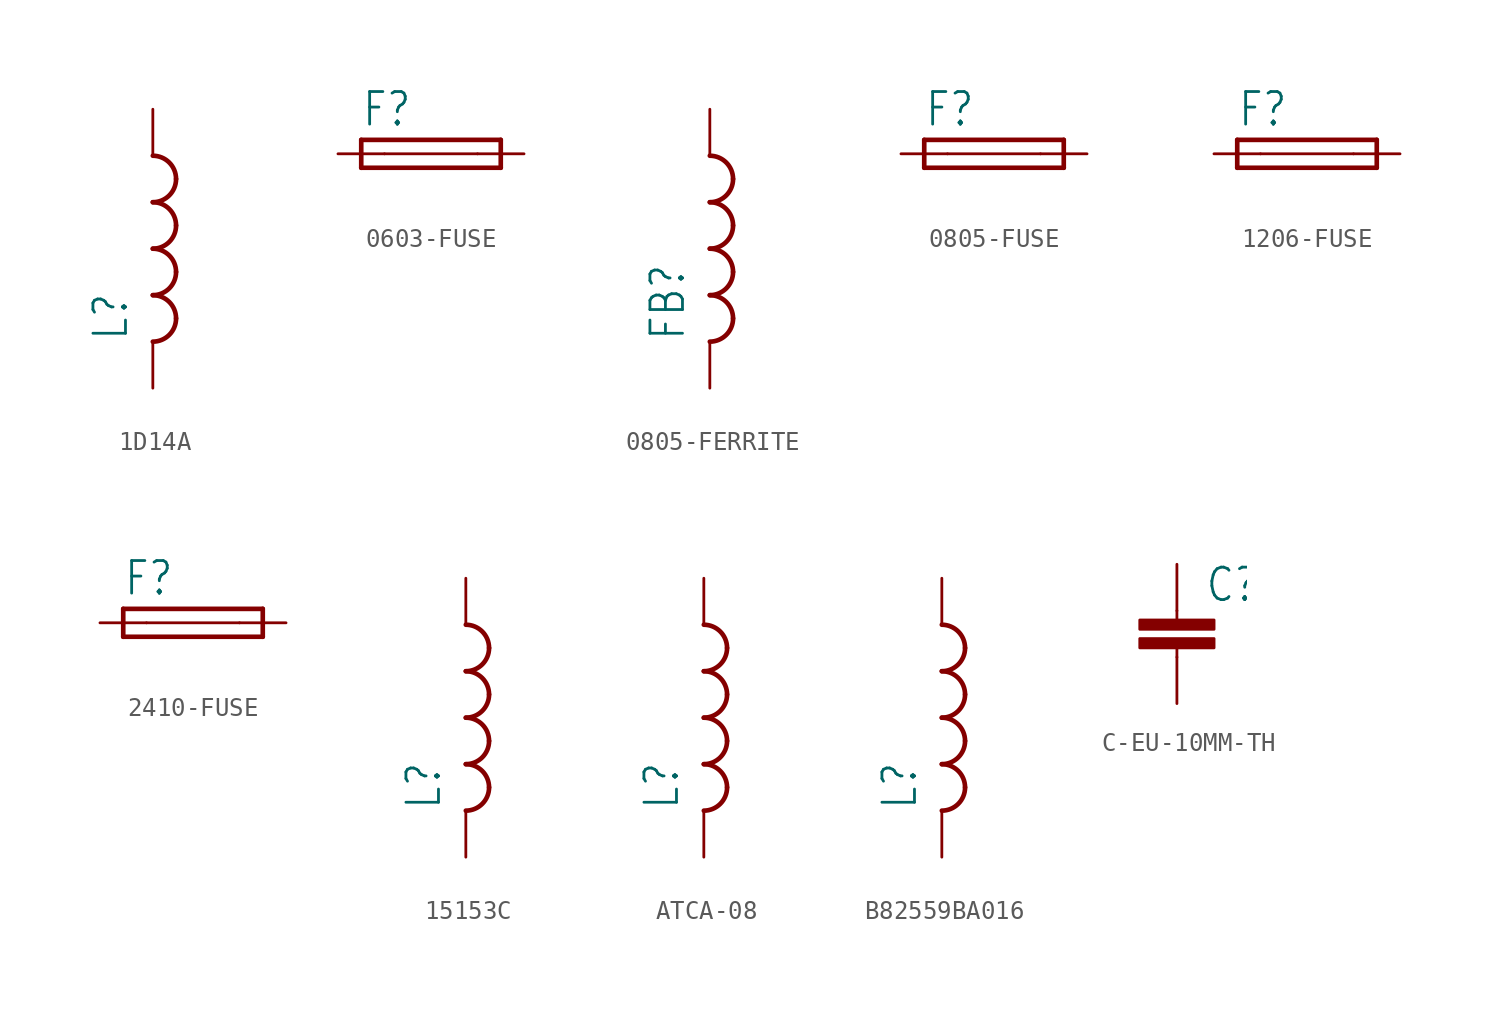
<source format=kicad_sym>
(kicad_symbol_lib
  (version 20231120)
  (generator "kicad_symbol_editor")
  (generator_version "8.0")
  (symbol "1D14A"
    (property "Reference" "L"
      (at -1.27 -5.08 90)
      (effects (font (size 1.778 1.511)) (justify left bottom)))
    (property "Value" ""
      (at 3.81 -5.08 90)
      (effects (font (size 1.778 1.511)) (justify left bottom)))
    (property "ki_locked" ""
      (at 0 0 0)
      (effects (font (size 1.27 1.27))))
    (symbol "1D14A_1_0"
      (arc (start 0 -5.08) (mid 0.898 -4.708) (end 1.27 -3.81) (stroke (width 0.254) (type solid)) (fill (type none)))
      (arc (start 0 -2.54) (mid 0.898 -2.168) (end 1.27 -1.27) (stroke (width 0.254) (type solid)) (fill (type none)))
      (arc (start 0 0) (mid 0.898 0.372) (end 1.27 1.27) (stroke (width 0.254) (type solid)) (fill (type none)))
      (arc (start 0 2.54) (mid 0.898 2.912) (end 1.27 3.81) (stroke (width 0.254) (type solid)) (fill (type none)))
      (arc (start 1.27 -3.81) (mid 0.898 -2.912) (end 0 -2.54) (stroke (width 0.254) (type solid)) (fill (type none)))
      (arc (start 1.27 -1.27) (mid 0.898 -0.372) (end 0 0) (stroke (width 0.254) (type solid)) (fill (type none)))
      (arc (start 1.27 1.27) (mid 0.898 2.168) (end 0 2.54) (stroke (width 0.254) (type solid)) (fill (type none)))
      (arc (start 1.27 3.81) (mid 0.898 4.708) (end 0 5.08) (stroke (width 0.254) (type solid)) (fill (type none)))
      (pin passive line (at 0 7.62 270) (length 2.54) (name "1" (effects (font (size 0 0)))) (number "1" (effects (font (size 0 0)))))
      (pin passive line (at 0 -7.62 90) (length 2.54) (name "2" (effects (font (size 0 0)))) (number "2" (effects (font (size 0 0)))))))
  (symbol "0603-FUSE"
    (property "Reference" "F"
      (at -3.81 1.397 0)
      (effects (font (size 1.778 1.511)) (justify left bottom)))
    (property "Value" ""
      (at -3.81 -2.921 0)
      (effects (font (size 1.778 1.511)) (justify left bottom)))
    (property "ki_locked" ""
      (at 0 0 0)
      (effects (font (size 1.27 1.27))))
    (symbol "0603-FUSE_1_0"
      (polyline (pts (xy -3.81 -0.762) (xy 3.81 -0.762)) (stroke (width 0.254) (type solid)) (fill (type none)))
      (polyline (pts (xy -3.81 0.762) (xy -3.81 -0.762)) (stroke (width 0.254) (type solid)) (fill (type none)))
      (polyline (pts (xy -2.54 0) (xy 2.54 0)) (stroke (width 0.152) (type solid)) (fill (type none)))
      (polyline (pts (xy 3.81 -0.762) (xy 3.81 0.762)) (stroke (width 0.254) (type solid)) (fill (type none)))
      (polyline (pts (xy 3.81 0.762) (xy -3.81 0.762)) (stroke (width 0.254) (type solid)) (fill (type none)))
      (pin passive line (at -5.08 0 0) (length 2.54) (name "1" (effects (font (size 0 0)))) (number "1" (effects (font (size 0 0)))))
      (pin passive line (at 5.08 0 180) (length 2.54) (name "2" (effects (font (size 0 0)))) (number "2" (effects (font (size 0 0)))))))
  (symbol "0805-FERRITE"
    (property "Reference" "FB"
      (at -1.27 -5.08 90)
      (effects (font (size 1.778 1.511)) (justify left bottom)))
    (property "Value" ""
      (at 3.81 -5.08 90)
      (effects (font (size 1.778 1.511)) (justify left bottom)))
    (property "ki_locked" ""
      (at 0 0 0)
      (effects (font (size 1.27 1.27))))
    (symbol "0805-FERRITE_1_0"
      (arc (start 0 -5.08) (mid 0.898 -4.708) (end 1.27 -3.81) (stroke (width 0.254) (type solid)) (fill (type none)))
      (arc (start 0 -2.54) (mid 0.898 -2.168) (end 1.27 -1.27) (stroke (width 0.254) (type solid)) (fill (type none)))
      (arc (start 0 0) (mid 0.898 0.372) (end 1.27 1.27) (stroke (width 0.254) (type solid)) (fill (type none)))
      (arc (start 0 2.54) (mid 0.898 2.912) (end 1.27 3.81) (stroke (width 0.254) (type solid)) (fill (type none)))
      (arc (start 1.27 -3.81) (mid 0.898 -2.912) (end 0 -2.54) (stroke (width 0.254) (type solid)) (fill (type none)))
      (arc (start 1.27 -1.27) (mid 0.898 -0.372) (end 0 0) (stroke (width 0.254) (type solid)) (fill (type none)))
      (arc (start 1.27 1.27) (mid 0.898 2.168) (end 0 2.54) (stroke (width 0.254) (type solid)) (fill (type none)))
      (arc (start 1.27 3.81) (mid 0.898 4.708) (end 0 5.08) (stroke (width 0.254) (type solid)) (fill (type none)))
      (pin passive line (at 0 7.62 270) (length 2.54) (name "1" (effects (font (size 0 0)))) (number "1" (effects (font (size 0 0)))))
      (pin passive line (at 0 -7.62 90) (length 2.54) (name "2" (effects (font (size 0 0)))) (number "2" (effects (font (size 0 0)))))))
  (symbol "0805-FUSE"
    (property "Reference" "F"
      (at -3.81 1.397 0)
      (effects (font (size 1.778 1.511)) (justify left bottom)))
    (property "Value" ""
      (at -3.81 -2.921 0)
      (effects (font (size 1.778 1.511)) (justify left bottom)))
    (property "ki_locked" ""
      (at 0 0 0)
      (effects (font (size 1.27 1.27))))
    (symbol "0805-FUSE_1_0"
      (polyline (pts (xy -3.81 -0.762) (xy 3.81 -0.762)) (stroke (width 0.254) (type solid)) (fill (type none)))
      (polyline (pts (xy -3.81 0.762) (xy -3.81 -0.762)) (stroke (width 0.254) (type solid)) (fill (type none)))
      (polyline (pts (xy -2.54 0) (xy 2.54 0)) (stroke (width 0.152) (type solid)) (fill (type none)))
      (polyline (pts (xy 3.81 -0.762) (xy 3.81 0.762)) (stroke (width 0.254) (type solid)) (fill (type none)))
      (polyline (pts (xy 3.81 0.762) (xy -3.81 0.762)) (stroke (width 0.254) (type solid)) (fill (type none)))
      (pin passive line (at -5.08 0 0) (length 2.54) (name "1" (effects (font (size 0 0)))) (number "1" (effects (font (size 0 0)))))
      (pin passive line (at 5.08 0 180) (length 2.54) (name "2" (effects (font (size 0 0)))) (number "2" (effects (font (size 0 0)))))))
  (symbol "1206-FUSE"
    (property "Reference" "F"
      (at -3.81 1.397 0)
      (effects (font (size 1.778 1.511)) (justify left bottom)))
    (property "Value" ""
      (at -3.81 -2.921 0)
      (effects (font (size 1.778 1.511)) (justify left bottom)))
    (property "ki_locked" ""
      (at 0 0 0)
      (effects (font (size 1.27 1.27))))
    (symbol "1206-FUSE_1_0"
      (polyline (pts (xy -3.81 -0.762) (xy 3.81 -0.762)) (stroke (width 0.254) (type solid)) (fill (type none)))
      (polyline (pts (xy -3.81 0.762) (xy -3.81 -0.762)) (stroke (width 0.254) (type solid)) (fill (type none)))
      (polyline (pts (xy -2.54 0) (xy 2.54 0)) (stroke (width 0.152) (type solid)) (fill (type none)))
      (polyline (pts (xy 3.81 -0.762) (xy 3.81 0.762)) (stroke (width 0.254) (type solid)) (fill (type none)))
      (polyline (pts (xy 3.81 0.762) (xy -3.81 0.762)) (stroke (width 0.254) (type solid)) (fill (type none)))
      (pin passive line (at -5.08 0 0) (length 2.54) (name "1" (effects (font (size 0 0)))) (number "1" (effects (font (size 0 0)))))
      (pin passive line (at 5.08 0 180) (length 2.54) (name "2" (effects (font (size 0 0)))) (number "2" (effects (font (size 0 0)))))))
  (symbol "2410-FUSE"
    (property "Reference" "F"
      (at -3.81 1.397 0)
      (effects (font (size 1.778 1.511)) (justify left bottom)))
    (property "Value" ""
      (at -3.81 -2.921 0)
      (effects (font (size 1.778 1.511)) (justify left bottom)))
    (property "ki_locked" ""
      (at 0 0 0)
      (effects (font (size 1.27 1.27))))
    (symbol "2410-FUSE_1_0"
      (polyline (pts (xy -3.81 -0.762) (xy 3.81 -0.762)) (stroke (width 0.254) (type solid)) (fill (type none)))
      (polyline (pts (xy -3.81 0.762) (xy -3.81 -0.762)) (stroke (width 0.254) (type solid)) (fill (type none)))
      (polyline (pts (xy -2.54 0) (xy 2.54 0)) (stroke (width 0.152) (type solid)) (fill (type none)))
      (polyline (pts (xy 3.81 -0.762) (xy 3.81 0.762)) (stroke (width 0.254) (type solid)) (fill (type none)))
      (polyline (pts (xy 3.81 0.762) (xy -3.81 0.762)) (stroke (width 0.254) (type solid)) (fill (type none)))
      (pin passive line (at -5.08 0 0) (length 2.54) (name "1" (effects (font (size 0 0)))) (number "1" (effects (font (size 0 0)))))
      (pin passive line (at 5.08 0 180) (length 2.54) (name "2" (effects (font (size 0 0)))) (number "2" (effects (font (size 0 0)))))))
  (symbol "15153C"
    (property "Reference" "L"
      (at -1.27 -5.08 90)
      (effects (font (size 1.778 1.511)) (justify left bottom)))
    (property "Value" ""
      (at 3.81 -5.08 90)
      (effects (font (size 1.778 1.511)) (justify left bottom)))
    (property "ki_locked" ""
      (at 0 0 0)
      (effects (font (size 1.27 1.27))))
    (symbol "15153C_1_0"
      (arc (start 0 -5.08) (mid 0.898 -4.708) (end 1.27 -3.81) (stroke (width 0.254) (type solid)) (fill (type none)))
      (arc (start 0 -2.54) (mid 0.898 -2.168) (end 1.27 -1.27) (stroke (width 0.254) (type solid)) (fill (type none)))
      (arc (start 0 0) (mid 0.898 0.372) (end 1.27 1.27) (stroke (width 0.254) (type solid)) (fill (type none)))
      (arc (start 0 2.54) (mid 0.898 2.912) (end 1.27 3.81) (stroke (width 0.254) (type solid)) (fill (type none)))
      (arc (start 1.27 -3.81) (mid 0.898 -2.912) (end 0 -2.54) (stroke (width 0.254) (type solid)) (fill (type none)))
      (arc (start 1.27 -1.27) (mid 0.898 -0.372) (end 0 0) (stroke (width 0.254) (type solid)) (fill (type none)))
      (arc (start 1.27 1.27) (mid 0.898 2.168) (end 0 2.54) (stroke (width 0.254) (type solid)) (fill (type none)))
      (arc (start 1.27 3.81) (mid 0.898 4.708) (end 0 5.08) (stroke (width 0.254) (type solid)) (fill (type none)))
      (pin passive line (at 0 7.62 270) (length 2.54) (name "1" (effects (font (size 0 0)))) (number "1" (effects (font (size 0 0)))))
      (pin passive line (at 0 -7.62 90) (length 2.54) (name "2" (effects (font (size 0 0)))) (number "2" (effects (font (size 0 0)))))))
  (symbol "ATCA-08"
    (property "Reference" "L"
      (at -1.27 -5.08 90)
      (effects (font (size 1.778 1.511)) (justify left bottom)))
    (property "Value" ""
      (at 3.81 -5.08 90)
      (effects (font (size 1.778 1.511)) (justify left bottom)))
    (property "ki_locked" ""
      (at 0 0 0)
      (effects (font (size 1.27 1.27))))
    (symbol "ATCA-08_1_0"
      (arc (start 0 -5.08) (mid 0.898 -4.708) (end 1.27 -3.81) (stroke (width 0.254) (type solid)) (fill (type none)))
      (arc (start 0 -2.54) (mid 0.898 -2.168) (end 1.27 -1.27) (stroke (width 0.254) (type solid)) (fill (type none)))
      (arc (start 0 0) (mid 0.898 0.372) (end 1.27 1.27) (stroke (width 0.254) (type solid)) (fill (type none)))
      (arc (start 0 2.54) (mid 0.898 2.912) (end 1.27 3.81) (stroke (width 0.254) (type solid)) (fill (type none)))
      (arc (start 1.27 -3.81) (mid 0.898 -2.912) (end 0 -2.54) (stroke (width 0.254) (type solid)) (fill (type none)))
      (arc (start 1.27 -1.27) (mid 0.898 -0.372) (end 0 0) (stroke (width 0.254) (type solid)) (fill (type none)))
      (arc (start 1.27 1.27) (mid 0.898 2.168) (end 0 2.54) (stroke (width 0.254) (type solid)) (fill (type none)))
      (arc (start 1.27 3.81) (mid 0.898 4.708) (end 0 5.08) (stroke (width 0.254) (type solid)) (fill (type none)))
      (pin passive line (at 0 7.62 270) (length 2.54) (name "1" (effects (font (size 0 0)))) (number "1" (effects (font (size 0 0)))))
      (pin passive line (at 0 -7.62 90) (length 2.54) (name "2" (effects (font (size 0 0)))) (number "2" (effects (font (size 0 0)))))))
  (symbol "B82559BA016"
    (property "Reference" "L"
      (at -1.27 -5.08 90)
      (effects (font (size 1.778 1.511)) (justify left bottom)))
    (property "Value" ""
      (at 3.81 -5.08 90)
      (effects (font (size 1.778 1.511)) (justify left bottom)))
    (property "ki_locked" ""
      (at 0 0 0)
      (effects (font (size 1.27 1.27))))
    (symbol "B82559BA016_1_0"
      (arc (start 0 -5.08) (mid 0.898 -4.708) (end 1.27 -3.81) (stroke (width 0.254) (type solid)) (fill (type none)))
      (arc (start 0 -2.54) (mid 0.898 -2.168) (end 1.27 -1.27) (stroke (width 0.254) (type solid)) (fill (type none)))
      (arc (start 0 0) (mid 0.898 0.372) (end 1.27 1.27) (stroke (width 0.254) (type solid)) (fill (type none)))
      (arc (start 0 2.54) (mid 0.898 2.912) (end 1.27 3.81) (stroke (width 0.254) (type solid)) (fill (type none)))
      (arc (start 1.27 -3.81) (mid 0.898 -2.912) (end 0 -2.54) (stroke (width 0.254) (type solid)) (fill (type none)))
      (arc (start 1.27 -1.27) (mid 0.898 -0.372) (end 0 0) (stroke (width 0.254) (type solid)) (fill (type none)))
      (arc (start 1.27 1.27) (mid 0.898 2.168) (end 0 2.54) (stroke (width 0.254) (type solid)) (fill (type none)))
      (arc (start 1.27 3.81) (mid 0.898 4.708) (end 0 5.08) (stroke (width 0.254) (type solid)) (fill (type none)))
      (pin passive line (at 0 7.62 270) (length 2.54) (name "1" (effects (font (size 0 0)))) (number "1" (effects (font (size 0 0)))))
      (pin passive line (at 0 -7.62 90) (length 2.54) (name "2" (effects (font (size 0 0)))) (number "2" (effects (font (size 0 0)))))))
  (symbol "C-EU-10MM-TH"
    (property "Reference" "C"
      (at 1.524 0.381 0)
      (effects (font (size 1.778 1.511)) (justify left bottom)))
    (property "Value" ""
      (at 1.524 -4.699 0)
      (effects (font (size 1.778 1.511)) (justify left bottom)))
    (property "ki_locked" ""
      (at 0 0 0)
      (effects (font (size 1.27 1.27))))
    (symbol "C-EU-10MM-TH_1_0"
      (rectangle (start -2.032 -2.032) (end 2.032 -1.524) (stroke (width 0) (type default)) (fill (type outline)))
      (rectangle (start -2.032 -1.016) (end 2.032 -0.508) (stroke (width 0) (type default)) (fill (type outline)))
      (polyline (pts (xy 0 -2.54) (xy 0 -2.032)) (stroke (width 0.152) (type solid)) (fill (type none)))
      (polyline (pts (xy 0 0) (xy 0 -0.508)) (stroke (width 0.152) (type solid)) (fill (type none)))
      (pin passive line (at 0 2.54 270) (length 2.54) (name "1" (effects (font (size 0 0)))) (number "1" (effects (font (size 0 0)))))
      (pin passive line (at 0 -5.08 90) (length 2.54) (name "2" (effects (font (size 0 0)))) (number "2" (effects (font (size 0 0))))))))
</source>
